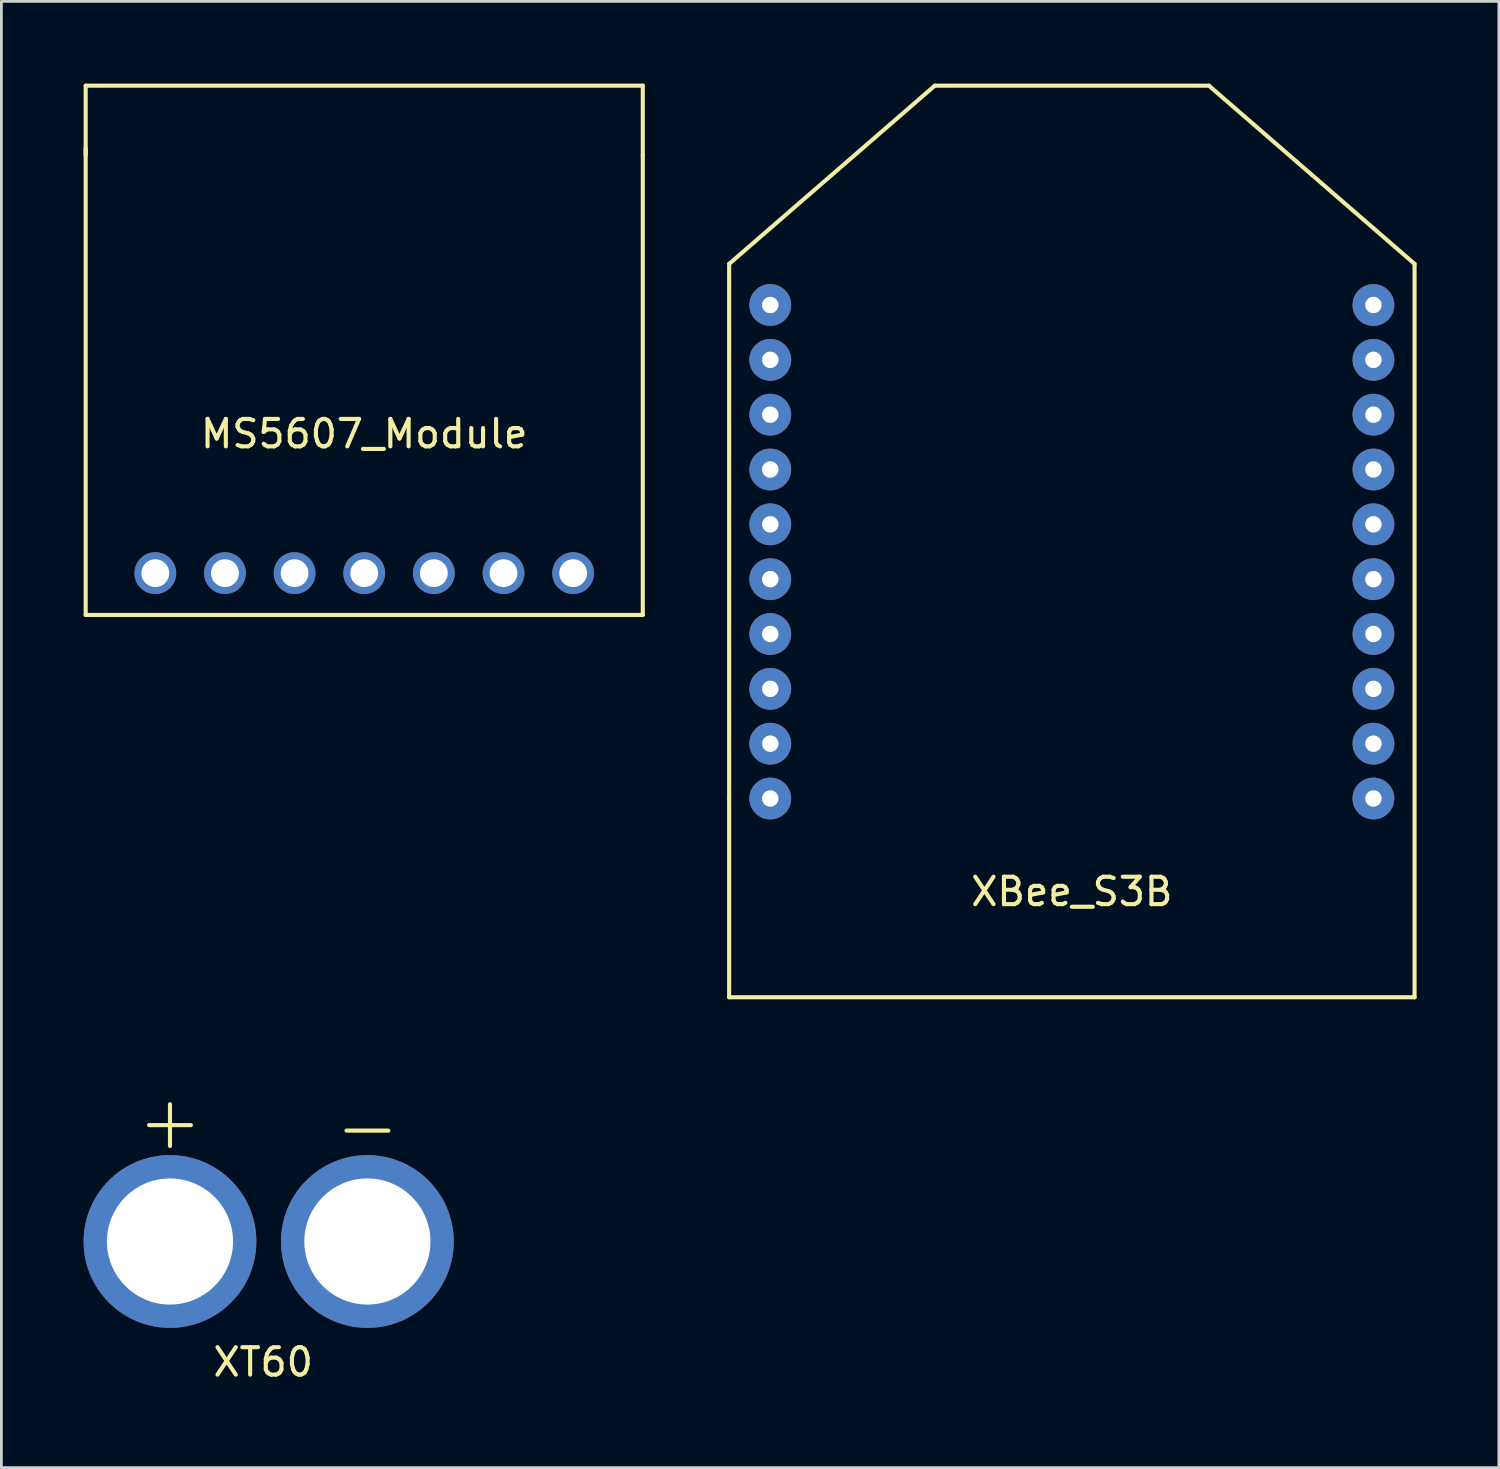
<source format=kicad_pcb>
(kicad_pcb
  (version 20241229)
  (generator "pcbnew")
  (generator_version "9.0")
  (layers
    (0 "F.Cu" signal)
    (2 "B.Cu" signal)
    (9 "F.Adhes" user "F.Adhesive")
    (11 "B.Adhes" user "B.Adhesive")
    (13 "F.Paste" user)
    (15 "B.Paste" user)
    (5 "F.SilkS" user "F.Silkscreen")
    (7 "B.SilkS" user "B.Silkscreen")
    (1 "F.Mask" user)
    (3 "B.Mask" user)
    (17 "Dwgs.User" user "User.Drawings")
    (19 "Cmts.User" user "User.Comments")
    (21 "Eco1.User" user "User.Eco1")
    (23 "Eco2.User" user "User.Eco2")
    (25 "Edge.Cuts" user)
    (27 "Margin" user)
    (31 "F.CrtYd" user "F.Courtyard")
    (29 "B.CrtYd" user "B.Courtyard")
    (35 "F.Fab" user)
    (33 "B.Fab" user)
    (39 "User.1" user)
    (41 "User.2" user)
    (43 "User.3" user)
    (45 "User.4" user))
  (footprint "XT60"
    (layer "F.Cu")
    (at 6.75 42.233)
    (property "Reference" "XT60" (at -0.2 4.4 0) (layer "F.SilkS") (effects (font (size 1 1) (thickness 0.15))))
    (attr through_hole)
    (fp_text user "-" (at 3.6 -4.2 0) (layer "F.SilkS") (effects (font (size 2 2) (thickness 0.15))))
    (fp_text user "+" (at -3.6 -4.4 0) (layer "F.SilkS") (effects (font (size 2 2) (thickness 0.15))))
    (pad "1" thru_hole circle (at -3.6 0) (size 6.3 6.3) (drill 4.6) (layers "*.Cu" "*.Mask"))
    (pad "2" thru_hole circle (at 3.6 0) (size 6.3 6.3) (drill 4.6) (layers "*.Cu" "*.Mask")))
  (footprint "XBee_S3B"
    (layer "F.Cu")
    (at 36.045 20.075)
    (property "Reference" "XBee_S3B" (at 0 9.398 0) (layer "F.SilkS") (effects (font (size 1 1) (thickness 0.15))))
    (attr through_hole)
    (fp_line (start -12.5 -13.5) (end -5 -20) (stroke (width 0.15) (type solid)) (layer "F.SilkS"))
    (fp_line (start -12.5 6) (end -12.5 -13.5) (stroke (width 0.15) (type solid)) (layer "F.SilkS"))
    (fp_line (start -12.5 6) (end -12.5 13.25) (stroke (width 0.15) (type solid)) (layer "F.SilkS"))
    (fp_line (start -12.5 13.25) (end 12.5 13.25) (stroke (width 0.15) (type solid)) (layer "F.SilkS"))
    (fp_line (start -5 -20) (end 5 -20) (stroke (width 0.15) (type solid)) (layer "F.SilkS"))
    (fp_line (start 12.5 -13.5) (end 5 -20) (stroke (width 0.15) (type solid)) (layer "F.SilkS"))
    (fp_line (start 12.5 13.25) (end 12.5 -13.5) (stroke (width 0.15) (type solid)) (layer "F.SilkS"))
    (pad "1" thru_hole circle (at -11 -12) (size 1.524 1.524) (drill 0.6) (layers "*.Cu" "*.Mask"))
    (pad "2" thru_hole circle (at -11 -10) (size 1.524 1.524) (drill 0.6) (layers "*.Cu" "*.Mask"))
    (pad "3" thru_hole circle (at -11 -8) (size 1.524 1.524) (drill 0.6) (layers "*.Cu" "*.Mask"))
    (pad "4" thru_hole circle (at -11 -6) (size 1.524 1.524) (drill 0.6) (layers "*.Cu" "*.Mask"))
    (pad "5" thru_hole circle (at -11 -4) (size 1.524 1.524) (drill 0.6) (layers "*.Cu" "*.Mask"))
    (pad "6" thru_hole circle (at -11 -2) (size 1.524 1.524) (drill 0.6) (layers "*.Cu" "*.Mask"))
    (pad "7" thru_hole circle (at -11 0) (size 1.524 1.524) (drill 0.6) (layers "*.Cu" "*.Mask"))
    (pad "8" thru_hole circle (at -11 2) (size 1.524 1.524) (drill 0.6) (layers "*.Cu" "*.Mask"))
    (pad "9" thru_hole circle (at -11 4) (size 1.524 1.524) (drill 0.6) (layers "*.Cu" "*.Mask"))
    (pad "10" thru_hole circle (at -11 6) (size 1.524 1.524) (drill 0.6) (layers "*.Cu" "*.Mask"))
    (pad "11" thru_hole circle (at 11 6) (size 1.524 1.524) (drill 0.6) (layers "*.Cu" "*.Mask"))
    (pad "12" thru_hole circle (at 11 4) (size 1.524 1.524) (drill 0.6) (layers "*.Cu" "*.Mask"))
    (pad "13" thru_hole circle (at 11 2) (size 1.524 1.524) (drill 0.6) (layers "*.Cu" "*.Mask"))
    (pad "14" thru_hole circle (at 11 0) (size 1.524 1.524) (drill 0.6) (layers "*.Cu" "*.Mask"))
    (pad "15" thru_hole circle (at 11 -2) (size 1.524 1.524) (drill 0.6) (layers "*.Cu" "*.Mask"))
    (pad "16" thru_hole circle (at 11 -4) (size 1.524 1.524) (drill 0.6) (layers "*.Cu" "*.Mask"))
    (pad "17" thru_hole circle (at 11 -6) (size 1.524 1.524) (drill 0.6) (layers "*.Cu" "*.Mask"))
    (pad "18" thru_hole circle (at 11 -8) (size 1.524 1.524) (drill 0.6) (layers "*.Cu" "*.Mask"))
    (pad "19" thru_hole circle (at 11 -10) (size 1.524 1.524) (drill 0.6) (layers "*.Cu" "*.Mask"))
    (pad "20" thru_hole circle (at 11 -12) (size 1.524 1.524) (drill 0.6) (layers "*.Cu" "*.Mask")))
  (footprint "MS5607_Module"
    (layer "F.Cu")
    (at 10.235 17.855)
    (property "Reference" "MS5607_Module" (at 0 -5.08 0) (layer "F.SilkS") (effects (font (size 1 1) (thickness 0.15))))
    (attr through_hole)
    (fp_line (start -10.16 -17.78) (end 10.16 -17.78) (stroke (width 0.15) (type solid)) (layer "F.SilkS"))
    (fp_line (start -10.16 -15.24) (end -10.16 -17.78) (stroke (width 0.15) (type solid)) (layer "F.SilkS"))
    (fp_line (start -10.16 1.524) (end -10.16 -15.494) (stroke (width 0.15) (type solid)) (layer "F.SilkS"))
    (fp_line (start 10.16 -15.24) (end 10.16 -17.78) (stroke (width 0.15) (type solid)) (layer "F.SilkS"))
    (fp_line (start 10.16 -15.24) (end 10.16 1.524) (stroke (width 0.15) (type solid)) (layer "F.SilkS"))
    (fp_line (start 10.16 1.524) (end -10.16 1.524) (stroke (width 0.15) (type solid)) (layer "F.SilkS"))
    (pad "1" thru_hole circle (at -7.62 0) (size 1.524 1.524) (drill 1.016) (layers "*.Cu" "*.Mask"))
    (pad "2" thru_hole circle (at -5.08 0) (size 1.524 1.524) (drill 1.016) (layers "*.Cu" "*.Mask"))
    (pad "3" thru_hole circle (at -2.54 0) (size 1.524 1.524) (drill 1.016) (layers "*.Cu" "*.Mask"))
    (pad "4" thru_hole circle (at 0 0) (size 1.524 1.524) (drill 1.016) (layers "*.Cu" "*.Mask"))
    (pad "5" thru_hole circle (at 2.54 0) (size 1.524 1.524) (drill 1.016) (layers "*.Cu" "*.Mask"))
    (pad "6" thru_hole circle (at 5.08 0) (size 1.524 1.524) (drill 1.016) (layers "*.Cu" "*.Mask"))
    (pad "7" thru_hole circle (at 7.62 0) (size 1.524 1.524) (drill 1.016) (layers "*.Cu" "*.Mask")))
  (gr_rect
    (start -3 -3)
    (end 51.62 50.481)
    (stroke (width 0.1) (type default))
    (fill no)
    (layer "Edge.Cuts")))
</source>
